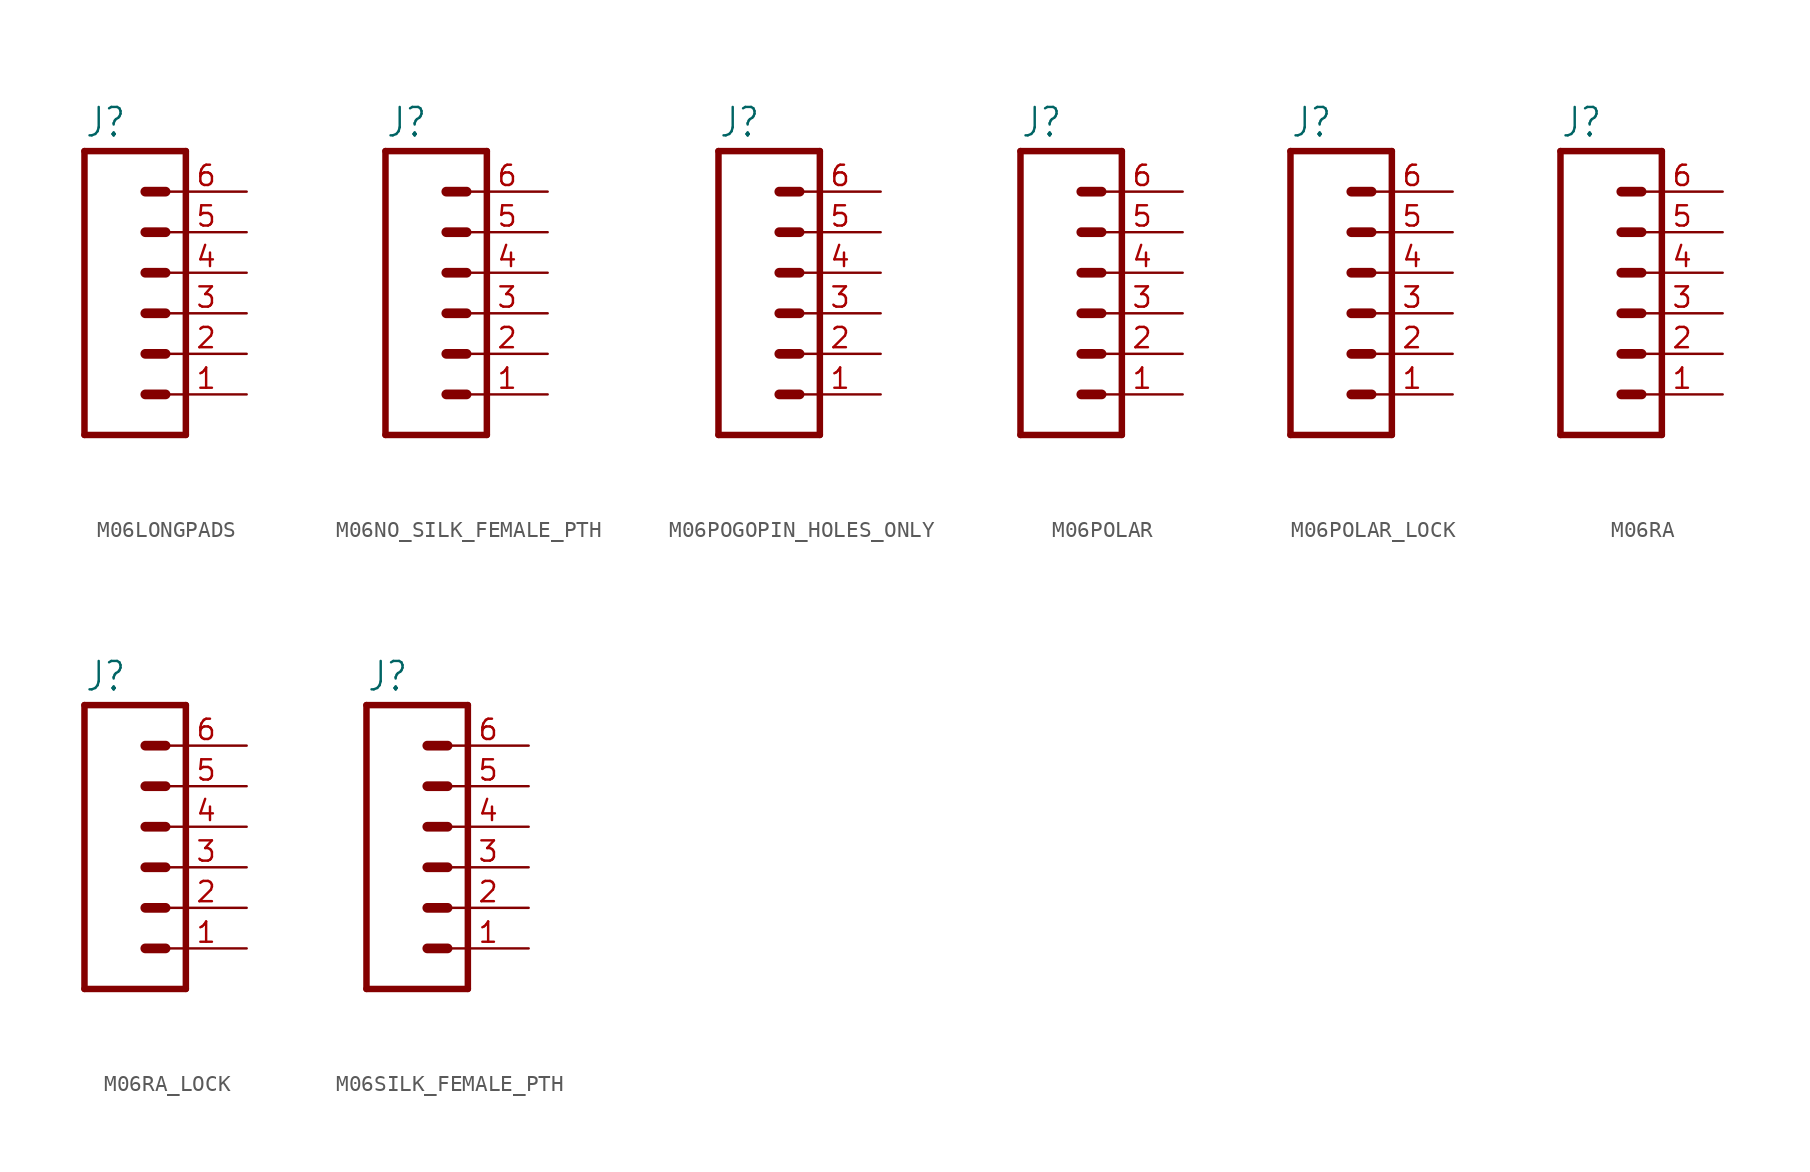
<source format=kicad_sym>
(kicad_symbol_lib
  (version 20241209)
  (generator "kicad_symbol_editor")
  (generator_version "9.0")
  (symbol "M06LONGPADS"
    (property "Reference" "J"
      (at -5.08 10.922 0)
      (effects (font (size 1.778 1.511)) (justify left bottom)))
    (property "Value" ""
      (at -5.08 -10.16 0)
      (effects (font (size 1.778 1.511)) (justify left bottom)))
    (property "ki_locked" ""
      (at 0 0 0)
      (effects (font (size 1.27 1.27))))
    (symbol "M06LONGPADS_1_0"
      (polyline (pts (xy -5.08 10.16) (xy -5.08 -7.62)) (stroke (width 0.406) (type solid)) (fill (type none)))
      (polyline (pts (xy -5.08 10.16) (xy 1.27 10.16)) (stroke (width 0.406) (type solid)) (fill (type none)))
      (polyline (pts (xy -1.27 7.62) (xy 0 7.62)) (stroke (width 0.61) (type solid)) (fill (type none)))
      (polyline (pts (xy -1.27 5.08) (xy 0 5.08)) (stroke (width 0.61) (type solid)) (fill (type none)))
      (polyline (pts (xy -1.27 2.54) (xy 0 2.54)) (stroke (width 0.61) (type solid)) (fill (type none)))
      (polyline (pts (xy -1.27 0) (xy 0 0)) (stroke (width 0.61) (type solid)) (fill (type none)))
      (polyline (pts (xy -1.27 -2.54) (xy 0 -2.54)) (stroke (width 0.61) (type solid)) (fill (type none)))
      (polyline (pts (xy -1.27 -5.08) (xy 0 -5.08)) (stroke (width 0.61) (type solid)) (fill (type none)))
      (polyline (pts (xy 1.27 -7.62) (xy -5.08 -7.62)) (stroke (width 0.406) (type solid)) (fill (type none)))
      (polyline (pts (xy 1.27 -7.62) (xy 1.27 10.16)) (stroke (width 0.406) (type solid)) (fill (type none)))
      (pin passive line (at 5.08 7.62 180) (length 5.08) (name "6" (effects (font (size 0 0)))) (number "6" (effects (font (size 1.27 1.27)))))
      (pin passive line (at 5.08 5.08 180) (length 5.08) (name "5" (effects (font (size 0 0)))) (number "5" (effects (font (size 1.27 1.27)))))
      (pin passive line (at 5.08 2.54 180) (length 5.08) (name "4" (effects (font (size 0 0)))) (number "4" (effects (font (size 1.27 1.27)))))
      (pin passive line (at 5.08 0 180) (length 5.08) (name "3" (effects (font (size 0 0)))) (number "3" (effects (font (size 1.27 1.27)))))
      (pin passive line (at 5.08 -2.54 180) (length 5.08) (name "2" (effects (font (size 0 0)))) (number "2" (effects (font (size 1.27 1.27)))))
      (pin passive line (at 5.08 -5.08 180) (length 5.08) (name "1" (effects (font (size 0 0)))) (number "1" (effects (font (size 1.27 1.27)))))))
  (symbol "M06NO_SILK_FEMALE_PTH"
    (property "Reference" "J"
      (at -5.08 10.922 0)
      (effects (font (size 1.778 1.511)) (justify left bottom)))
    (property "Value" ""
      (at -5.08 -10.16 0)
      (effects (font (size 1.778 1.511)) (justify left bottom)))
    (property "ki_locked" ""
      (at 0 0 0)
      (effects (font (size 1.27 1.27))))
    (symbol "M06NO_SILK_FEMALE_PTH_1_0"
      (polyline (pts (xy -5.08 10.16) (xy -5.08 -7.62)) (stroke (width 0.406) (type solid)) (fill (type none)))
      (polyline (pts (xy -5.08 10.16) (xy 1.27 10.16)) (stroke (width 0.406) (type solid)) (fill (type none)))
      (polyline (pts (xy -1.27 7.62) (xy 0 7.62)) (stroke (width 0.61) (type solid)) (fill (type none)))
      (polyline (pts (xy -1.27 5.08) (xy 0 5.08)) (stroke (width 0.61) (type solid)) (fill (type none)))
      (polyline (pts (xy -1.27 2.54) (xy 0 2.54)) (stroke (width 0.61) (type solid)) (fill (type none)))
      (polyline (pts (xy -1.27 0) (xy 0 0)) (stroke (width 0.61) (type solid)) (fill (type none)))
      (polyline (pts (xy -1.27 -2.54) (xy 0 -2.54)) (stroke (width 0.61) (type solid)) (fill (type none)))
      (polyline (pts (xy -1.27 -5.08) (xy 0 -5.08)) (stroke (width 0.61) (type solid)) (fill (type none)))
      (polyline (pts (xy 1.27 -7.62) (xy -5.08 -7.62)) (stroke (width 0.406) (type solid)) (fill (type none)))
      (polyline (pts (xy 1.27 -7.62) (xy 1.27 10.16)) (stroke (width 0.406) (type solid)) (fill (type none)))
      (pin passive line (at 5.08 7.62 180) (length 5.08) (name "6" (effects (font (size 0 0)))) (number "6" (effects (font (size 1.27 1.27)))))
      (pin passive line (at 5.08 5.08 180) (length 5.08) (name "5" (effects (font (size 0 0)))) (number "5" (effects (font (size 1.27 1.27)))))
      (pin passive line (at 5.08 2.54 180) (length 5.08) (name "4" (effects (font (size 0 0)))) (number "4" (effects (font (size 1.27 1.27)))))
      (pin passive line (at 5.08 0 180) (length 5.08) (name "3" (effects (font (size 0 0)))) (number "3" (effects (font (size 1.27 1.27)))))
      (pin passive line (at 5.08 -2.54 180) (length 5.08) (name "2" (effects (font (size 0 0)))) (number "2" (effects (font (size 1.27 1.27)))))
      (pin passive line (at 5.08 -5.08 180) (length 5.08) (name "1" (effects (font (size 0 0)))) (number "1" (effects (font (size 1.27 1.27)))))))
  (symbol "M06POGOPIN_HOLES_ONLY"
    (property "Reference" "J"
      (at -5.08 10.922 0)
      (effects (font (size 1.778 1.511)) (justify left bottom)))
    (property "Value" ""
      (at -5.08 -10.16 0)
      (effects (font (size 1.778 1.511)) (justify left bottom)))
    (property "ki_locked" ""
      (at 0 0 0)
      (effects (font (size 1.27 1.27))))
    (symbol "M06POGOPIN_HOLES_ONLY_1_0"
      (polyline (pts (xy -5.08 10.16) (xy -5.08 -7.62)) (stroke (width 0.406) (type solid)) (fill (type none)))
      (polyline (pts (xy -5.08 10.16) (xy 1.27 10.16)) (stroke (width 0.406) (type solid)) (fill (type none)))
      (polyline (pts (xy -1.27 7.62) (xy 0 7.62)) (stroke (width 0.61) (type solid)) (fill (type none)))
      (polyline (pts (xy -1.27 5.08) (xy 0 5.08)) (stroke (width 0.61) (type solid)) (fill (type none)))
      (polyline (pts (xy -1.27 2.54) (xy 0 2.54)) (stroke (width 0.61) (type solid)) (fill (type none)))
      (polyline (pts (xy -1.27 0) (xy 0 0)) (stroke (width 0.61) (type solid)) (fill (type none)))
      (polyline (pts (xy -1.27 -2.54) (xy 0 -2.54)) (stroke (width 0.61) (type solid)) (fill (type none)))
      (polyline (pts (xy -1.27 -5.08) (xy 0 -5.08)) (stroke (width 0.61) (type solid)) (fill (type none)))
      (polyline (pts (xy 1.27 -7.62) (xy -5.08 -7.62)) (stroke (width 0.406) (type solid)) (fill (type none)))
      (polyline (pts (xy 1.27 -7.62) (xy 1.27 10.16)) (stroke (width 0.406) (type solid)) (fill (type none)))
      (pin passive line (at 5.08 7.62 180) (length 5.08) (name "6" (effects (font (size 0 0)))) (number "6" (effects (font (size 1.27 1.27)))))
      (pin passive line (at 5.08 5.08 180) (length 5.08) (name "5" (effects (font (size 0 0)))) (number "5" (effects (font (size 1.27 1.27)))))
      (pin passive line (at 5.08 2.54 180) (length 5.08) (name "4" (effects (font (size 0 0)))) (number "4" (effects (font (size 1.27 1.27)))))
      (pin passive line (at 5.08 0 180) (length 5.08) (name "3" (effects (font (size 0 0)))) (number "3" (effects (font (size 1.27 1.27)))))
      (pin passive line (at 5.08 -2.54 180) (length 5.08) (name "2" (effects (font (size 0 0)))) (number "2" (effects (font (size 1.27 1.27)))))
      (pin passive line (at 5.08 -5.08 180) (length 5.08) (name "1" (effects (font (size 0 0)))) (number "1" (effects (font (size 1.27 1.27)))))))
  (symbol "M06POLAR"
    (property "Reference" "J"
      (at -5.08 10.922 0)
      (effects (font (size 1.778 1.511)) (justify left bottom)))
    (property "Value" ""
      (at -5.08 -10.16 0)
      (effects (font (size 1.778 1.511)) (justify left bottom)))
    (property "ki_locked" ""
      (at 0 0 0)
      (effects (font (size 1.27 1.27))))
    (symbol "M06POLAR_1_0"
      (polyline (pts (xy -5.08 10.16) (xy -5.08 -7.62)) (stroke (width 0.406) (type solid)) (fill (type none)))
      (polyline (pts (xy -5.08 10.16) (xy 1.27 10.16)) (stroke (width 0.406) (type solid)) (fill (type none)))
      (polyline (pts (xy -1.27 7.62) (xy 0 7.62)) (stroke (width 0.61) (type solid)) (fill (type none)))
      (polyline (pts (xy -1.27 5.08) (xy 0 5.08)) (stroke (width 0.61) (type solid)) (fill (type none)))
      (polyline (pts (xy -1.27 2.54) (xy 0 2.54)) (stroke (width 0.61) (type solid)) (fill (type none)))
      (polyline (pts (xy -1.27 0) (xy 0 0)) (stroke (width 0.61) (type solid)) (fill (type none)))
      (polyline (pts (xy -1.27 -2.54) (xy 0 -2.54)) (stroke (width 0.61) (type solid)) (fill (type none)))
      (polyline (pts (xy -1.27 -5.08) (xy 0 -5.08)) (stroke (width 0.61) (type solid)) (fill (type none)))
      (polyline (pts (xy 1.27 -7.62) (xy -5.08 -7.62)) (stroke (width 0.406) (type solid)) (fill (type none)))
      (polyline (pts (xy 1.27 -7.62) (xy 1.27 10.16)) (stroke (width 0.406) (type solid)) (fill (type none)))
      (pin passive line (at 5.08 7.62 180) (length 5.08) (name "6" (effects (font (size 0 0)))) (number "6" (effects (font (size 1.27 1.27)))))
      (pin passive line (at 5.08 5.08 180) (length 5.08) (name "5" (effects (font (size 0 0)))) (number "5" (effects (font (size 1.27 1.27)))))
      (pin passive line (at 5.08 2.54 180) (length 5.08) (name "4" (effects (font (size 0 0)))) (number "4" (effects (font (size 1.27 1.27)))))
      (pin passive line (at 5.08 0 180) (length 5.08) (name "3" (effects (font (size 0 0)))) (number "3" (effects (font (size 1.27 1.27)))))
      (pin passive line (at 5.08 -2.54 180) (length 5.08) (name "2" (effects (font (size 0 0)))) (number "2" (effects (font (size 1.27 1.27)))))
      (pin passive line (at 5.08 -5.08 180) (length 5.08) (name "1" (effects (font (size 0 0)))) (number "1" (effects (font (size 1.27 1.27)))))))
  (symbol "M06POLAR_LOCK"
    (property "Reference" "J"
      (at -5.08 10.922 0)
      (effects (font (size 1.778 1.511)) (justify left bottom)))
    (property "Value" ""
      (at -5.08 -10.16 0)
      (effects (font (size 1.778 1.511)) (justify left bottom)))
    (property "ki_locked" ""
      (at 0 0 0)
      (effects (font (size 1.27 1.27))))
    (symbol "M06POLAR_LOCK_1_0"
      (polyline (pts (xy -5.08 10.16) (xy -5.08 -7.62)) (stroke (width 0.406) (type solid)) (fill (type none)))
      (polyline (pts (xy -5.08 10.16) (xy 1.27 10.16)) (stroke (width 0.406) (type solid)) (fill (type none)))
      (polyline (pts (xy -1.27 7.62) (xy 0 7.62)) (stroke (width 0.61) (type solid)) (fill (type none)))
      (polyline (pts (xy -1.27 5.08) (xy 0 5.08)) (stroke (width 0.61) (type solid)) (fill (type none)))
      (polyline (pts (xy -1.27 2.54) (xy 0 2.54)) (stroke (width 0.61) (type solid)) (fill (type none)))
      (polyline (pts (xy -1.27 0) (xy 0 0)) (stroke (width 0.61) (type solid)) (fill (type none)))
      (polyline (pts (xy -1.27 -2.54) (xy 0 -2.54)) (stroke (width 0.61) (type solid)) (fill (type none)))
      (polyline (pts (xy -1.27 -5.08) (xy 0 -5.08)) (stroke (width 0.61) (type solid)) (fill (type none)))
      (polyline (pts (xy 1.27 -7.62) (xy -5.08 -7.62)) (stroke (width 0.406) (type solid)) (fill (type none)))
      (polyline (pts (xy 1.27 -7.62) (xy 1.27 10.16)) (stroke (width 0.406) (type solid)) (fill (type none)))
      (pin passive line (at 5.08 7.62 180) (length 5.08) (name "6" (effects (font (size 0 0)))) (number "6" (effects (font (size 1.27 1.27)))))
      (pin passive line (at 5.08 5.08 180) (length 5.08) (name "5" (effects (font (size 0 0)))) (number "5" (effects (font (size 1.27 1.27)))))
      (pin passive line (at 5.08 2.54 180) (length 5.08) (name "4" (effects (font (size 0 0)))) (number "4" (effects (font (size 1.27 1.27)))))
      (pin passive line (at 5.08 0 180) (length 5.08) (name "3" (effects (font (size 0 0)))) (number "3" (effects (font (size 1.27 1.27)))))
      (pin passive line (at 5.08 -2.54 180) (length 5.08) (name "2" (effects (font (size 0 0)))) (number "2" (effects (font (size 1.27 1.27)))))
      (pin passive line (at 5.08 -5.08 180) (length 5.08) (name "1" (effects (font (size 0 0)))) (number "1" (effects (font (size 1.27 1.27)))))))
  (symbol "M06RA"
    (property "Reference" "J"
      (at -5.08 10.922 0)
      (effects (font (size 1.778 1.511)) (justify left bottom)))
    (property "Value" ""
      (at -5.08 -10.16 0)
      (effects (font (size 1.778 1.511)) (justify left bottom)))
    (property "ki_locked" ""
      (at 0 0 0)
      (effects (font (size 1.27 1.27))))
    (symbol "M06RA_1_0"
      (polyline (pts (xy -5.08 10.16) (xy -5.08 -7.62)) (stroke (width 0.406) (type solid)) (fill (type none)))
      (polyline (pts (xy -5.08 10.16) (xy 1.27 10.16)) (stroke (width 0.406) (type solid)) (fill (type none)))
      (polyline (pts (xy -1.27 7.62) (xy 0 7.62)) (stroke (width 0.61) (type solid)) (fill (type none)))
      (polyline (pts (xy -1.27 5.08) (xy 0 5.08)) (stroke (width 0.61) (type solid)) (fill (type none)))
      (polyline (pts (xy -1.27 2.54) (xy 0 2.54)) (stroke (width 0.61) (type solid)) (fill (type none)))
      (polyline (pts (xy -1.27 0) (xy 0 0)) (stroke (width 0.61) (type solid)) (fill (type none)))
      (polyline (pts (xy -1.27 -2.54) (xy 0 -2.54)) (stroke (width 0.61) (type solid)) (fill (type none)))
      (polyline (pts (xy -1.27 -5.08) (xy 0 -5.08)) (stroke (width 0.61) (type solid)) (fill (type none)))
      (polyline (pts (xy 1.27 -7.62) (xy -5.08 -7.62)) (stroke (width 0.406) (type solid)) (fill (type none)))
      (polyline (pts (xy 1.27 -7.62) (xy 1.27 10.16)) (stroke (width 0.406) (type solid)) (fill (type none)))
      (pin passive line (at 5.08 7.62 180) (length 5.08) (name "6" (effects (font (size 0 0)))) (number "6" (effects (font (size 1.27 1.27)))))
      (pin passive line (at 5.08 5.08 180) (length 5.08) (name "5" (effects (font (size 0 0)))) (number "5" (effects (font (size 1.27 1.27)))))
      (pin passive line (at 5.08 2.54 180) (length 5.08) (name "4" (effects (font (size 0 0)))) (number "4" (effects (font (size 1.27 1.27)))))
      (pin passive line (at 5.08 0 180) (length 5.08) (name "3" (effects (font (size 0 0)))) (number "3" (effects (font (size 1.27 1.27)))))
      (pin passive line (at 5.08 -2.54 180) (length 5.08) (name "2" (effects (font (size 0 0)))) (number "2" (effects (font (size 1.27 1.27)))))
      (pin passive line (at 5.08 -5.08 180) (length 5.08) (name "1" (effects (font (size 0 0)))) (number "1" (effects (font (size 1.27 1.27)))))))
  (symbol "M06RA_LOCK"
    (property "Reference" "J"
      (at -5.08 10.922 0)
      (effects (font (size 1.778 1.511)) (justify left bottom)))
    (property "Value" ""
      (at -5.08 -10.16 0)
      (effects (font (size 1.778 1.511)) (justify left bottom)))
    (property "ki_locked" ""
      (at 0 0 0)
      (effects (font (size 1.27 1.27))))
    (symbol "M06RA_LOCK_1_0"
      (polyline (pts (xy -5.08 10.16) (xy -5.08 -7.62)) (stroke (width 0.406) (type solid)) (fill (type none)))
      (polyline (pts (xy -5.08 10.16) (xy 1.27 10.16)) (stroke (width 0.406) (type solid)) (fill (type none)))
      (polyline (pts (xy -1.27 7.62) (xy 0 7.62)) (stroke (width 0.61) (type solid)) (fill (type none)))
      (polyline (pts (xy -1.27 5.08) (xy 0 5.08)) (stroke (width 0.61) (type solid)) (fill (type none)))
      (polyline (pts (xy -1.27 2.54) (xy 0 2.54)) (stroke (width 0.61) (type solid)) (fill (type none)))
      (polyline (pts (xy -1.27 0) (xy 0 0)) (stroke (width 0.61) (type solid)) (fill (type none)))
      (polyline (pts (xy -1.27 -2.54) (xy 0 -2.54)) (stroke (width 0.61) (type solid)) (fill (type none)))
      (polyline (pts (xy -1.27 -5.08) (xy 0 -5.08)) (stroke (width 0.61) (type solid)) (fill (type none)))
      (polyline (pts (xy 1.27 -7.62) (xy -5.08 -7.62)) (stroke (width 0.406) (type solid)) (fill (type none)))
      (polyline (pts (xy 1.27 -7.62) (xy 1.27 10.16)) (stroke (width 0.406) (type solid)) (fill (type none)))
      (pin passive line (at 5.08 7.62 180) (length 5.08) (name "6" (effects (font (size 0 0)))) (number "6" (effects (font (size 1.27 1.27)))))
      (pin passive line (at 5.08 5.08 180) (length 5.08) (name "5" (effects (font (size 0 0)))) (number "5" (effects (font (size 1.27 1.27)))))
      (pin passive line (at 5.08 2.54 180) (length 5.08) (name "4" (effects (font (size 0 0)))) (number "4" (effects (font (size 1.27 1.27)))))
      (pin passive line (at 5.08 0 180) (length 5.08) (name "3" (effects (font (size 0 0)))) (number "3" (effects (font (size 1.27 1.27)))))
      (pin passive line (at 5.08 -2.54 180) (length 5.08) (name "2" (effects (font (size 0 0)))) (number "2" (effects (font (size 1.27 1.27)))))
      (pin passive line (at 5.08 -5.08 180) (length 5.08) (name "1" (effects (font (size 0 0)))) (number "1" (effects (font (size 1.27 1.27)))))))
  (symbol "M06SILK_FEMALE_PTH"
    (property "Reference" "J"
      (at -5.08 10.922 0)
      (effects (font (size 1.778 1.511)) (justify left bottom)))
    (property "Value" ""
      (at -5.08 -10.16 0)
      (effects (font (size 1.778 1.511)) (justify left bottom)))
    (property "ki_locked" ""
      (at 0 0 0)
      (effects (font (size 1.27 1.27))))
    (symbol "M06SILK_FEMALE_PTH_1_0"
      (polyline (pts (xy -5.08 10.16) (xy -5.08 -7.62)) (stroke (width 0.406) (type solid)) (fill (type none)))
      (polyline (pts (xy -5.08 10.16) (xy 1.27 10.16)) (stroke (width 0.406) (type solid)) (fill (type none)))
      (polyline (pts (xy -1.27 7.62) (xy 0 7.62)) (stroke (width 0.61) (type solid)) (fill (type none)))
      (polyline (pts (xy -1.27 5.08) (xy 0 5.08)) (stroke (width 0.61) (type solid)) (fill (type none)))
      (polyline (pts (xy -1.27 2.54) (xy 0 2.54)) (stroke (width 0.61) (type solid)) (fill (type none)))
      (polyline (pts (xy -1.27 0) (xy 0 0)) (stroke (width 0.61) (type solid)) (fill (type none)))
      (polyline (pts (xy -1.27 -2.54) (xy 0 -2.54)) (stroke (width 0.61) (type solid)) (fill (type none)))
      (polyline (pts (xy -1.27 -5.08) (xy 0 -5.08)) (stroke (width 0.61) (type solid)) (fill (type none)))
      (polyline (pts (xy 1.27 -7.62) (xy -5.08 -7.62)) (stroke (width 0.406) (type solid)) (fill (type none)))
      (polyline (pts (xy 1.27 -7.62) (xy 1.27 10.16)) (stroke (width 0.406) (type solid)) (fill (type none)))
      (pin passive line (at 5.08 7.62 180) (length 5.08) (name "6" (effects (font (size 0 0)))) (number "6" (effects (font (size 1.27 1.27)))))
      (pin passive line (at 5.08 5.08 180) (length 5.08) (name "5" (effects (font (size 0 0)))) (number "5" (effects (font (size 1.27 1.27)))))
      (pin passive line (at 5.08 2.54 180) (length 5.08) (name "4" (effects (font (size 0 0)))) (number "4" (effects (font (size 1.27 1.27)))))
      (pin passive line (at 5.08 0 180) (length 5.08) (name "3" (effects (font (size 0 0)))) (number "3" (effects (font (size 1.27 1.27)))))
      (pin passive line (at 5.08 -2.54 180) (length 5.08) (name "2" (effects (font (size 0 0)))) (number "2" (effects (font (size 1.27 1.27)))))
      (pin passive line (at 5.08 -5.08 180) (length 5.08) (name "1" (effects (font (size 0 0)))) (number "1" (effects (font (size 1.27 1.27))))))))
</source>
